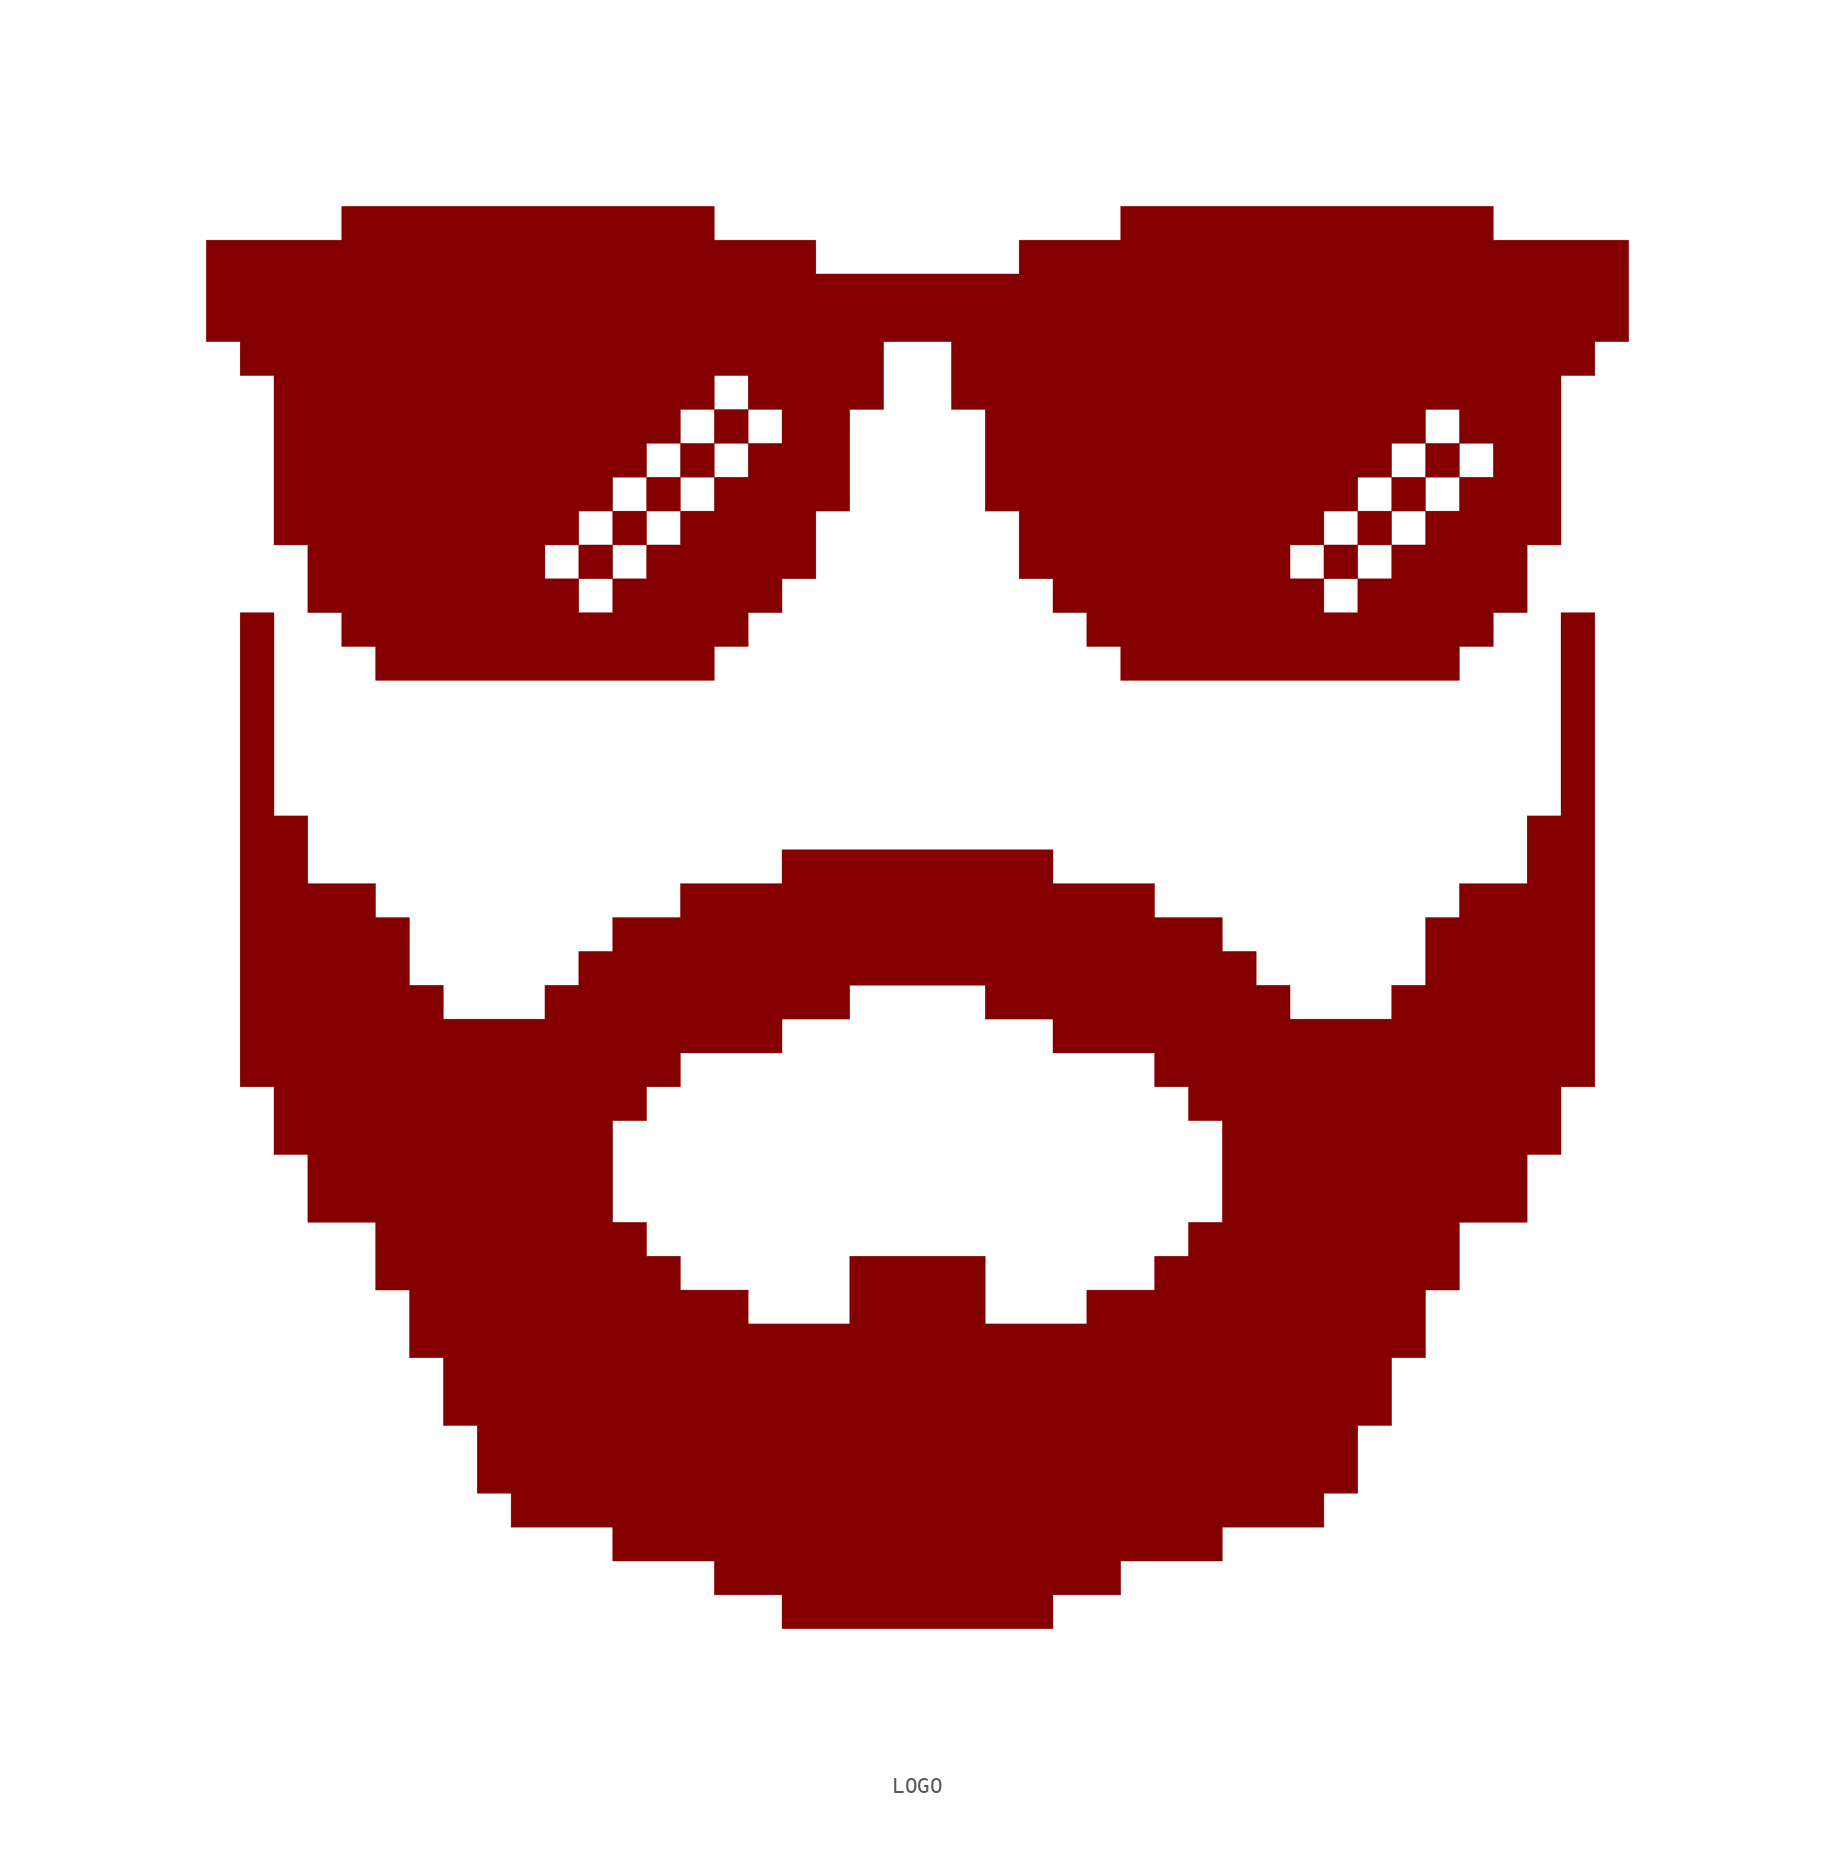
<source format=kicad_sym>
(kicad_symbol_lib
  (version 20210619)
  (generator bitmap2component)
  (symbol "LOGO"
    (pin_names
      (offset 1.016))
    (property "Reference" "#G"
      (at 0 50.165 0)
      (effects (font (size 1.27 1.27)) hide))
    (symbol "LOGO_0_0"
      (polyline (pts (xy 8.467 -42.333) (xy 12.7 -42.333) (xy 12.7 -40.217) (xy 19.05 -40.217) (xy 19.05 -38.1) (xy 25.4 -38.1) (xy 25.4 -35.983) (xy 27.517 -35.983) (xy 27.517 -31.75) (xy 29.633 -31.75) (xy 29.633 -27.517) (xy 31.75 -27.517) (xy 31.75 -23.283) (xy 33.867 -23.283) (xy 33.867 -19.05) (xy 38.1 -19.05) (xy 38.1 -14.817) (xy 40.217 -14.817) (xy 40.217 -10.583) (xy 42.333 -10.583) (xy 42.333 19.05) (xy 40.217 19.05) (xy 40.217 6.35) (xy 38.1 6.35) (xy 38.1 2.117) (xy 33.867 2.117) (xy 33.867 0) (xy 31.75 0) (xy 31.75 -4.233) (xy 29.633 -4.233) (xy 29.633 -6.35) (xy 23.283 -6.35) (xy 23.283 -4.233) (xy 21.167 -4.233) (xy 21.167 -2.117) (xy 19.05 -2.117) (xy 19.05 0) (xy 14.817 0) (xy 14.817 2.117) (xy 8.467 2.117) (xy 8.467 4.233) (xy -8.467 4.233) (xy -8.467 2.117) (xy -14.817 2.117) (xy -14.817 0) (xy -19.05 0) (xy -19.05 -2.117) (xy -21.167 -2.117) (xy -21.167 -4.233) (xy -23.283 -4.233) (xy -23.283 -6.35) (xy -29.633 -6.35) (xy -29.633 -4.233) (xy -31.75 -4.233) (xy -31.75 0) (xy -33.867 0) (xy -33.867 2.117) (xy -38.1 2.117) (xy -38.1 6.35) (xy -40.217 6.35) (xy -40.217 19.05) (xy -42.333 19.05) (xy -42.333 -10.583) (xy -40.217 -10.583) (xy -40.217 -12.7) (xy -19.05 -12.7) (xy -16.933 -12.7) (xy -16.933 -10.583) (xy -14.817 -10.583) (xy -14.817 -8.467) (xy -8.467 -8.467) (xy -8.467 -6.35) (xy -4.233 -6.35) (xy -4.233 -4.233) (xy 4.233 -4.233) (xy 4.233 -6.35) (xy 8.467 -6.35) (xy 8.467 -8.467) (xy 14.817 -8.467) (xy 14.817 -10.583) (xy 16.933 -10.583) (xy 16.933 -12.7) (xy 19.05 -12.7) (xy 19.05 -19.05) (xy 16.933 -19.05) (xy 16.933 -21.167) (xy 14.817 -21.167) (xy 14.817 -23.283) (xy 10.583 -23.283) (xy 10.583 -25.4) (xy 4.233 -25.4) (xy 4.233 -21.167) (xy -4.233 -21.167) (xy -4.233 -25.4) (xy -10.583 -25.4) (xy -10.583 -23.283) (xy -14.817 -23.283) (xy -14.817 -21.167) (xy -16.933 -21.167) (xy -16.933 -19.05) (xy -19.05 -19.05) (xy -19.05 -12.7) (xy -40.217 -12.7) (xy -40.217 -14.817) (xy -38.1 -14.817) (xy -38.1 -19.05) (xy -33.867 -19.05) (xy -33.867 -23.283) (xy -31.75 -23.283) (xy -31.75 -27.517) (xy -29.633 -27.517) (xy -29.633 -31.75) (xy -27.517 -31.75) (xy -27.517 -35.983) (xy -25.4 -35.983) (xy -25.4 -38.1) (xy -19.05 -38.1) (xy -19.05 -40.217) (xy -12.7 -40.217) (xy -12.7 -42.333) (xy -8.467 -42.333) (xy -8.467 -44.45) (xy 8.467 -44.45) (xy 8.467 -42.333)) (stroke (width 0.01)) (fill (type outline)))
      (polyline (pts (xy -12.7 16.933) (xy -10.583 16.933) (xy -10.583 19.05) (xy -8.467 19.05) (xy -8.467 21.167) (xy -6.35 21.167) (xy -6.35 25.4) (xy -4.233 25.4) (xy -4.233 31.75) (xy -2.117 31.75) (xy -2.117 35.983) (xy 2.117 35.983) (xy 2.117 31.75) (xy 4.233 31.75) (xy 4.233 25.4) (xy 6.35 25.4) (xy 6.35 23.283) (xy 23.283 23.283) (xy 25.4 23.283) (xy 25.4 25.4) (xy 27.517 25.4) (xy 27.517 27.517) (xy 29.633 27.517) (xy 29.633 29.633) (xy 31.75 29.633) (xy 31.75 31.75) (xy 33.867 31.75) (xy 33.867 29.633) (xy 35.983 29.633) (xy 35.983 27.517) (xy 33.867 27.517) (xy 33.867 25.4) (xy 31.75 25.4) (xy 31.75 23.283) (xy 29.633 23.283) (xy 29.633 21.167) (xy 27.517 21.167) (xy 27.517 19.05) (xy 25.4 19.05) (xy 25.4 21.167) (xy 23.283 21.167) (xy 23.283 23.283) (xy 6.35 23.283) (xy 6.35 21.167) (xy 8.467 21.167) (xy 8.467 19.05) (xy 10.583 19.05) (xy 10.583 16.933) (xy 12.7 16.933) (xy 12.7 14.817) (xy 33.867 14.817) (xy 33.867 16.933) (xy 35.983 16.933) (xy 35.983 19.05) (xy 38.1 19.05) (xy 38.1 23.283) (xy 40.217 23.283) (xy 40.217 33.867) (xy 42.333 33.867) (xy 42.333 35.983) (xy 44.45 35.983) (xy 44.45 42.333) (xy 35.983 42.333) (xy 35.983 44.45) (xy 12.7 44.45) (xy 12.7 42.333) (xy 6.35 42.333) (xy 6.35 40.217) (xy -6.35 40.217) (xy -6.35 42.333) (xy -12.7 42.333) (xy -12.7 44.45) (xy -35.983 44.45) (xy -35.983 42.333) (xy -44.45 42.333) (xy -44.45 35.983) (xy -42.333 35.983) (xy -42.333 33.867) (xy -40.217 33.867) (xy -40.217 23.283) (xy -38.1 23.283) (xy -23.283 23.283) (xy -21.167 23.283) (xy -21.167 25.4) (xy -19.05 25.4) (xy -19.05 27.517) (xy -16.933 27.517) (xy -16.933 29.633) (xy -14.817 29.633) (xy -14.817 31.75) (xy -12.7 31.75) (xy -12.7 33.867) (xy -10.583 33.867) (xy -10.583 31.75) (xy -8.467 31.75) (xy -8.467 29.633) (xy -10.583 29.633) (xy -10.583 27.517) (xy -12.7 27.517) (xy -12.7 25.4) (xy -14.817 25.4) (xy -14.817 23.283) (xy -16.933 23.283) (xy -16.933 21.167) (xy -19.05 21.167) (xy -19.05 19.05) (xy -21.167 19.05) (xy -21.167 21.167) (xy -23.283 21.167) (xy -23.283 23.283) (xy -38.1 23.283) (xy -38.1 19.05) (xy -35.983 19.05) (xy -35.983 16.933) (xy -33.867 16.933) (xy -33.867 14.817) (xy -12.7 14.817) (xy -12.7 16.933)) (stroke (width 0.01)) (fill (type outline)))
      (polyline (pts (xy -10.583 31.75) (xy -12.7 31.75) (xy -12.7 29.633) (xy -10.583 29.633) (xy -10.583 31.75)) (stroke (width 0.01)) (fill (type outline)))
      (polyline (pts (xy -12.7 29.633) (xy -14.817 29.633) (xy -14.817 27.517) (xy -12.7 27.517) (xy -12.7 29.633)) (stroke (width 0.01)) (fill (type outline)))
      (polyline (pts (xy -14.817 27.517) (xy -16.933 27.517) (xy -16.933 25.4) (xy -14.817 25.4) (xy -14.817 27.517)) (stroke (width 0.01)) (fill (type outline)))
      (polyline (pts (xy -16.933 25.4) (xy -19.05 25.4) (xy -19.05 23.283) (xy -16.933 23.283) (xy -16.933 25.4)) (stroke (width 0.01)) (fill (type outline)))
      (polyline (pts (xy -19.05 23.283) (xy -21.167 23.283) (xy -21.167 21.167) (xy -19.05 21.167) (xy -19.05 23.283)) (stroke (width 0.01)) (fill (type outline)))
      (polyline (pts (xy 33.867 29.633) (xy 31.75 29.633) (xy 31.75 27.517) (xy 33.867 27.517) (xy 33.867 29.633)) (stroke (width 0.01)) (fill (type outline)))
      (polyline (pts (xy 31.75 27.517) (xy 29.633 27.517) (xy 29.633 25.4) (xy 31.75 25.4) (xy 31.75 27.517)) (stroke (width 0.01)) (fill (type outline)))
      (polyline (pts (xy 29.633 25.4) (xy 27.517 25.4) (xy 27.517 23.283) (xy 29.633 23.283) (xy 29.633 25.4)) (stroke (width 0.01)) (fill (type outline)))
      (polyline (pts (xy 27.517 23.283) (xy 25.4 23.283) (xy 25.4 21.167) (xy 27.517 21.167) (xy 27.517 23.283)) (stroke (width 0.01)) (fill (type outline))))))
</source>
